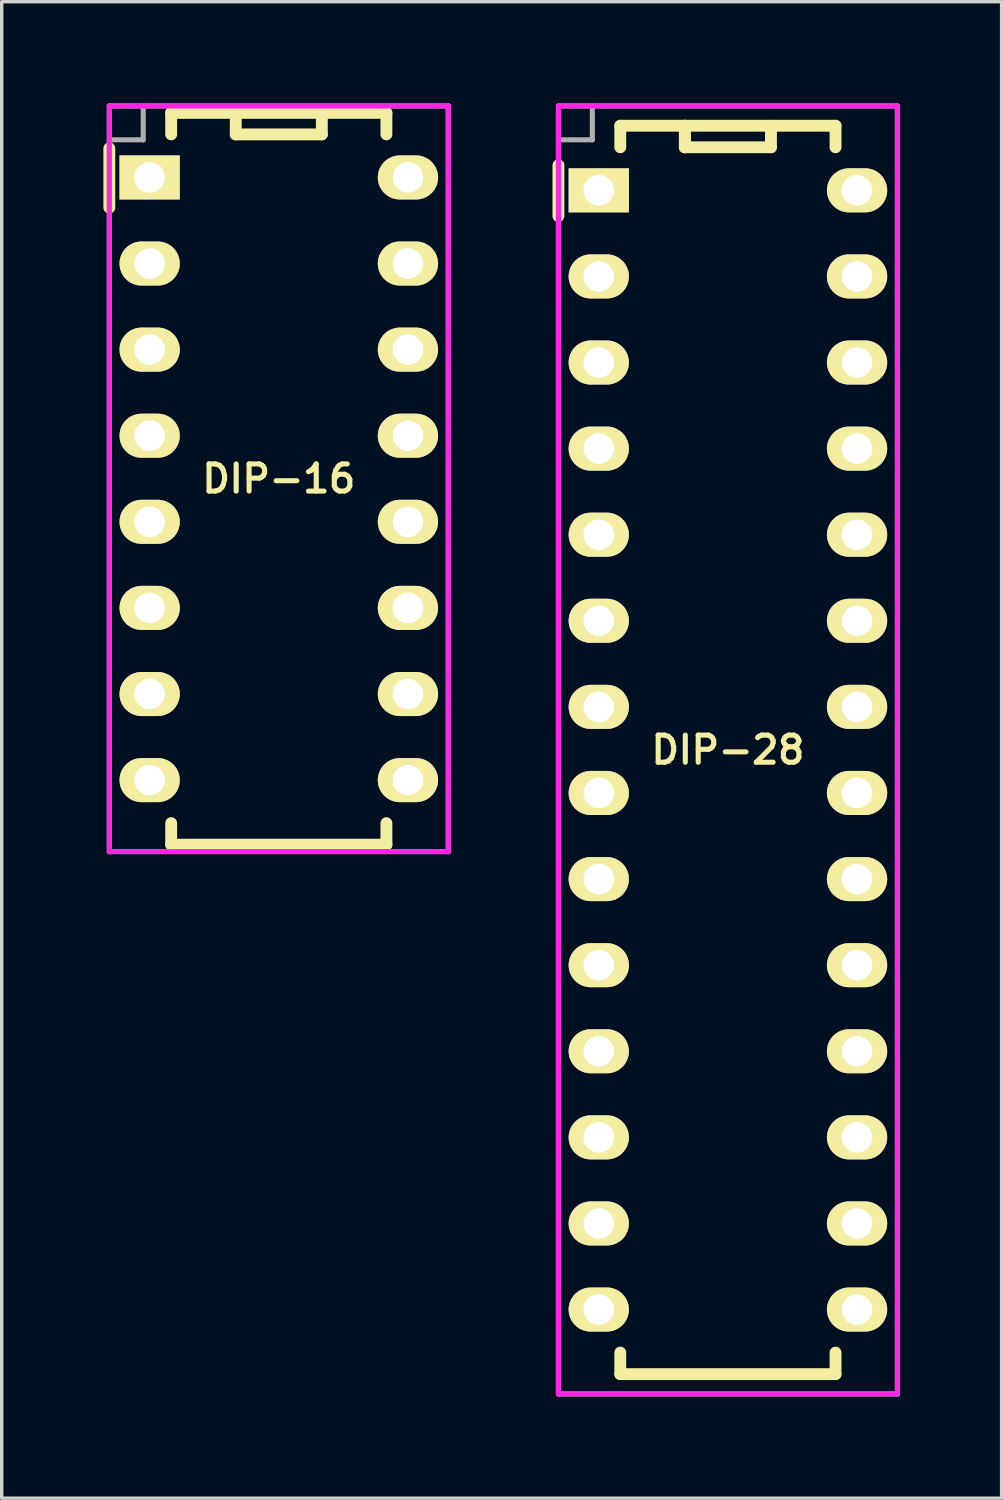
<source format=kicad_pcb>
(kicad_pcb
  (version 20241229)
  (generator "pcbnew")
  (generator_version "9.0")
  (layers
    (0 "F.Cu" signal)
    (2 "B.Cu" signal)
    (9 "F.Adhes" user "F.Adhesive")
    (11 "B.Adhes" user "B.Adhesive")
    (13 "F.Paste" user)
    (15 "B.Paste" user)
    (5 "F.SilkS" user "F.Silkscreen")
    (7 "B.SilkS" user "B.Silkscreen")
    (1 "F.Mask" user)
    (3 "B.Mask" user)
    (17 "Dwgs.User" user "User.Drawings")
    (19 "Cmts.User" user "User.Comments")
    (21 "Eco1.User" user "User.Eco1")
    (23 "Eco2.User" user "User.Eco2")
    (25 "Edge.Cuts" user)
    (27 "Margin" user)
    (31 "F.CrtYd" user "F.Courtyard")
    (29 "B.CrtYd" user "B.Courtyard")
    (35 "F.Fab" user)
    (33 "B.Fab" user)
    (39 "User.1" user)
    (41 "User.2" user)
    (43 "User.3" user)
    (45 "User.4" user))
  (footprint "DIP-28"
    (layer "F.Cu")
    (at 18.425 19.075)
    (property "Reference" "DIP-28" (at 0 0 0) (layer "F.SilkS") (effects (font (size 0.8 0.8) (thickness 0.15))))
    (attr through_hole)
    (fp_line (start -5 -17.25) (end -5 -15.75) (stroke (width 0.35) (type solid)) (layer "F.SilkS"))
    (fp_line (start -3.175 -18.415) (end 3.175 -18.415) (stroke (width 0.35) (type solid)) (layer "F.SilkS"))
    (fp_line (start -3.175 -17.78) (end -3.175 -18.415) (stroke (width 0.35) (type solid)) (layer "F.SilkS"))
    (fp_line (start -3.175 17.78) (end -3.175 18.415) (stroke (width 0.35) (type solid)) (layer "F.SilkS"))
    (fp_line (start -3.175 18.415) (end 3.175 18.415) (stroke (width 0.35) (type solid)) (layer "F.SilkS"))
    (fp_line (start -1.27 -18.415) (end -1.27 -17.78) (stroke (width 0.35) (type solid)) (layer "F.SilkS"))
    (fp_line (start -1.27 -17.78) (end -1.27 -18.415) (stroke (width 0.35) (type solid)) (layer "F.SilkS"))
    (fp_line (start -1.27 -17.78) (end 1.27 -17.78) (stroke (width 0.35) (type solid)) (layer "F.SilkS"))
    (fp_line (start 1.27 -17.78) (end 1.27 -18.415) (stroke (width 0.35) (type solid)) (layer "F.SilkS"))
    (fp_line (start 3.175 -18.415) (end 3.175 -17.78) (stroke (width 0.35) (type solid)) (layer "F.SilkS"))
    (fp_line (start 3.175 18.415) (end 3.175 17.78) (stroke (width 0.35) (type solid)) (layer "F.SilkS"))
    (fp_line (start -5 -19) (end 5 -19) (stroke (width 0.15) (type solid)) (layer "F.CrtYd"))
    (fp_line (start -5 19) (end -5 -19) (stroke (width 0.15) (type solid)) (layer "F.CrtYd"))
    (fp_line (start 5 -19) (end 5 19) (stroke (width 0.15) (type solid)) (layer "F.CrtYd"))
    (fp_line (start 5 19) (end -5 19) (stroke (width 0.15) (type solid)) (layer "F.CrtYd"))
    (fp_line (start -5 -19) (end 5 -19) (stroke (width 0.15) (type solid)) (layer "F.Fab"))
    (fp_line (start -5 19) (end -5 -19) (stroke (width 0.15) (type solid)) (layer "F.Fab"))
    (fp_line (start -4 -19) (end -4 -18) (stroke (width 0.15) (type solid)) (layer "F.Fab"))
    (fp_line (start -4 -18) (end -5 -18) (stroke (width 0.15) (type solid)) (layer "F.Fab"))
    (fp_line (start 5 -19) (end 5 19) (stroke (width 0.15) (type solid)) (layer "F.Fab"))
    (fp_line (start 5 19) (end -5 19) (stroke (width 0.15) (type solid)) (layer "F.Fab"))
    (pad "1" thru_hole rect (at -3.81 -16.51) (size 1.778 1.3) (drill 0.9) (layers "*.Cu" "*.Mask" "F.SilkS"))
    (pad "2" thru_hole oval (at -3.81 -13.97) (size 1.778 1.3) (drill 0.9) (layers "*.Cu" "*.Mask" "F.SilkS"))
    (pad "3" thru_hole oval (at -3.81 -11.43) (size 1.778 1.3) (drill 0.9) (layers "*.Cu" "*.Mask" "F.SilkS"))
    (pad "4" thru_hole oval (at -3.81 -8.89) (size 1.778 1.3) (drill 0.9) (layers "*.Cu" "*.Mask" "F.SilkS"))
    (pad "5" thru_hole oval (at -3.81 -6.35) (size 1.778 1.3) (drill 0.9) (layers "*.Cu" "*.Mask" "F.SilkS"))
    (pad "6" thru_hole oval (at -3.81 -3.81) (size 1.778 1.3) (drill 0.9) (layers "*.Cu" "*.Mask" "F.SilkS"))
    (pad "7" thru_hole oval (at -3.81 -1.27) (size 1.778 1.3) (drill 0.9) (layers "*.Cu" "*.Mask" "F.SilkS"))
    (pad "8" thru_hole oval (at -3.81 1.27) (size 1.778 1.3) (drill 0.9) (layers "*.Cu" "*.Mask" "F.SilkS"))
    (pad "9" thru_hole oval (at -3.81 3.81) (size 1.778 1.3) (drill 0.9) (layers "*.Cu" "*.Mask" "F.SilkS"))
    (pad "10" thru_hole oval (at -3.81 6.35) (size 1.778 1.3) (drill 0.9) (layers "*.Cu" "*.Mask" "F.SilkS"))
    (pad "11" thru_hole oval (at -3.81 8.89) (size 1.778 1.3) (drill 0.9) (layers "*.Cu" "*.Mask" "F.SilkS"))
    (pad "12" thru_hole oval (at -3.81 11.43) (size 1.778 1.3) (drill 0.9) (layers "*.Cu" "*.Mask" "F.SilkS"))
    (pad "13" thru_hole oval (at -3.81 13.97) (size 1.778 1.3) (drill 0.9) (layers "*.Cu" "*.Mask" "F.SilkS"))
    (pad "14" thru_hole oval (at -3.81 16.51) (size 1.778 1.3) (drill 0.9) (layers "*.Cu" "*.Mask" "F.SilkS"))
    (pad "15" thru_hole oval (at 3.81 16.51) (size 1.778 1.3) (drill 0.9) (layers "*.Cu" "*.Mask" "F.SilkS"))
    (pad "16" thru_hole oval (at 3.81 13.97) (size 1.778 1.3) (drill 0.9) (layers "*.Cu" "*.Mask" "F.SilkS"))
    (pad "17" thru_hole oval (at 3.81 11.43) (size 1.778 1.3) (drill 0.9) (layers "*.Cu" "*.Mask" "F.SilkS"))
    (pad "18" thru_hole oval (at 3.81 8.89) (size 1.778 1.3) (drill 0.9) (layers "*.Cu" "*.Mask" "F.SilkS"))
    (pad "19" thru_hole oval (at 3.81 6.35) (size 1.778 1.3) (drill 0.9) (layers "*.Cu" "*.Mask" "F.SilkS"))
    (pad "20" thru_hole oval (at 3.81 3.81) (size 1.778 1.3) (drill 0.9) (layers "*.Cu" "*.Mask" "F.SilkS"))
    (pad "21" thru_hole oval (at 3.81 1.27) (size 1.778 1.3) (drill 0.9) (layers "*.Cu" "*.Mask" "F.SilkS"))
    (pad "22" thru_hole oval (at 3.81 -1.27) (size 1.778 1.3) (drill 0.9) (layers "*.Cu" "*.Mask" "F.SilkS"))
    (pad "23" thru_hole oval (at 3.81 -3.81) (size 1.778 1.3) (drill 0.9) (layers "*.Cu" "*.Mask" "F.SilkS"))
    (pad "24" thru_hole oval (at 3.81 -6.35) (size 1.778 1.3) (drill 0.9) (layers "*.Cu" "*.Mask" "F.SilkS"))
    (pad "25" thru_hole oval (at 3.81 -8.89) (size 1.778 1.3) (drill 0.9) (layers "*.Cu" "*.Mask" "F.SilkS"))
    (pad "26" thru_hole oval (at 3.81 -11.43) (size 1.778 1.3) (drill 0.9) (layers "*.Cu" "*.Mask" "F.SilkS"))
    (pad "27" thru_hole oval (at 3.81 -13.97) (size 1.778 1.3) (drill 0.9) (layers "*.Cu" "*.Mask" "F.SilkS"))
    (pad "28" thru_hole oval (at 3.81 -16.51) (size 1.778 1.3) (drill 0.9) (layers "*.Cu" "*.Mask" "F.SilkS")))
  (footprint "DIP-16"
    (layer "F.Cu")
    (at 5.175 11.075)
    (property "Reference" "DIP-16" (at 0 0 0) (layer "F.SilkS") (effects (font (size 0.8 0.8) (thickness 0.15))))
    (attr through_hole)
    (fp_line (start -5 -9.75) (end -5 -8) (stroke (width 0.35) (type solid)) (layer "F.SilkS"))
    (fp_line (start -3.175 -10.795) (end 3.175 -10.795) (stroke (width 0.35) (type solid)) (layer "F.SilkS"))
    (fp_line (start -3.175 -10.16) (end -3.175 -10.795) (stroke (width 0.35) (type solid)) (layer "F.SilkS"))
    (fp_line (start -3.175 10.16) (end -3.175 10.795) (stroke (width 0.35) (type solid)) (layer "F.SilkS"))
    (fp_line (start -3.175 10.795) (end 3.175 10.795) (stroke (width 0.35) (type solid)) (layer "F.SilkS"))
    (fp_line (start -1.27 -10.795) (end -1.27 -10.16) (stroke (width 0.35) (type solid)) (layer "F.SilkS"))
    (fp_line (start -1.27 -10.16) (end 1.27 -10.16) (stroke (width 0.35) (type solid)) (layer "F.SilkS"))
    (fp_line (start 1.27 -10.16) (end 1.27 -10.795) (stroke (width 0.35) (type solid)) (layer "F.SilkS"))
    (fp_line (start 3.175 -10.795) (end 3.175 -10.16) (stroke (width 0.35) (type solid)) (layer "F.SilkS"))
    (fp_line (start 3.175 10.795) (end 3.175 10.16) (stroke (width 0.35) (type solid)) (layer "F.SilkS"))
    (fp_line (start -5 -11) (end 5 -11) (stroke (width 0.15) (type solid)) (layer "F.CrtYd"))
    (fp_line (start -5 11) (end -5 -11) (stroke (width 0.15) (type solid)) (layer "F.CrtYd"))
    (fp_line (start 5 -11) (end 5 11) (stroke (width 0.15) (type solid)) (layer "F.CrtYd"))
    (fp_line (start 5 11) (end -5 11) (stroke (width 0.15) (type solid)) (layer "F.CrtYd"))
    (fp_line (start -5 -11) (end 5 -11) (stroke (width 0.15) (type solid)) (layer "F.Fab"))
    (fp_line (start -5 11) (end -5 -11) (stroke (width 0.15) (type solid)) (layer "F.Fab"))
    (fp_line (start -4 -11) (end -4 -10) (stroke (width 0.15) (type solid)) (layer "F.Fab"))
    (fp_line (start -4 -10) (end -5 -10) (stroke (width 0.15) (type solid)) (layer "F.Fab"))
    (fp_line (start 5 -11) (end 5 11) (stroke (width 0.15) (type solid)) (layer "F.Fab"))
    (fp_line (start 5 11) (end -5 11) (stroke (width 0.15) (type solid)) (layer "F.Fab"))
    (pad "1" thru_hole rect (at -3.81 -8.89) (size 1.778 1.3) (drill 0.9) (layers "*.Cu" "*.Mask" "F.SilkS"))
    (pad "2" thru_hole oval (at -3.81 -6.35) (size 1.778 1.3) (drill 0.9) (layers "*.Cu" "*.Mask" "F.SilkS"))
    (pad "3" thru_hole oval (at -3.81 -3.81) (size 1.778 1.3) (drill 0.9) (layers "*.Cu" "*.Mask" "F.SilkS"))
    (pad "4" thru_hole oval (at -3.81 -1.27) (size 1.778 1.3) (drill 0.9) (layers "*.Cu" "*.Mask" "F.SilkS"))
    (pad "5" thru_hole oval (at -3.81 1.27) (size 1.778 1.3) (drill 0.9) (layers "*.Cu" "*.Mask" "F.SilkS"))
    (pad "6" thru_hole oval (at -3.81 3.81) (size 1.778 1.3) (drill 0.9) (layers "*.Cu" "*.Mask" "F.SilkS"))
    (pad "7" thru_hole oval (at -3.81 6.35) (size 1.778 1.3) (drill 0.9) (layers "*.Cu" "*.Mask" "F.SilkS"))
    (pad "8" thru_hole oval (at -3.81 8.89) (size 1.778 1.3) (drill 0.9) (layers "*.Cu" "*.Mask" "F.SilkS"))
    (pad "9" thru_hole oval (at 3.81 8.89) (size 1.778 1.3) (drill 0.9) (layers "*.Cu" "*.Mask" "F.SilkS"))
    (pad "10" thru_hole oval (at 3.81 6.35) (size 1.778 1.3) (drill 0.9) (layers "*.Cu" "*.Mask" "F.SilkS"))
    (pad "11" thru_hole oval (at 3.81 3.81) (size 1.778 1.3) (drill 0.9) (layers "*.Cu" "*.Mask" "F.SilkS"))
    (pad "12" thru_hole oval (at 3.81 1.27) (size 1.778 1.3) (drill 0.9) (layers "*.Cu" "*.Mask" "F.SilkS"))
    (pad "13" thru_hole oval (at 3.81 -1.27) (size 1.778 1.3) (drill 0.9) (layers "*.Cu" "*.Mask" "F.SilkS"))
    (pad "14" thru_hole oval (at 3.81 -3.81) (size 1.778 1.3) (drill 0.9) (layers "*.Cu" "*.Mask" "F.SilkS"))
    (pad "15" thru_hole oval (at 3.81 -6.35) (size 1.778 1.3) (drill 0.9) (layers "*.Cu" "*.Mask" "F.SilkS"))
    (pad "16" thru_hole oval (at 3.81 -8.89) (size 1.778 1.3) (drill 0.9) (layers "*.Cu" "*.Mask" "F.SilkS")))
  (gr_rect
    (start -3 -3)
    (end 26.5 41.15)
    (stroke (width 0.1) (type default))
    (fill no)
    (layer "Edge.Cuts")))
</source>
